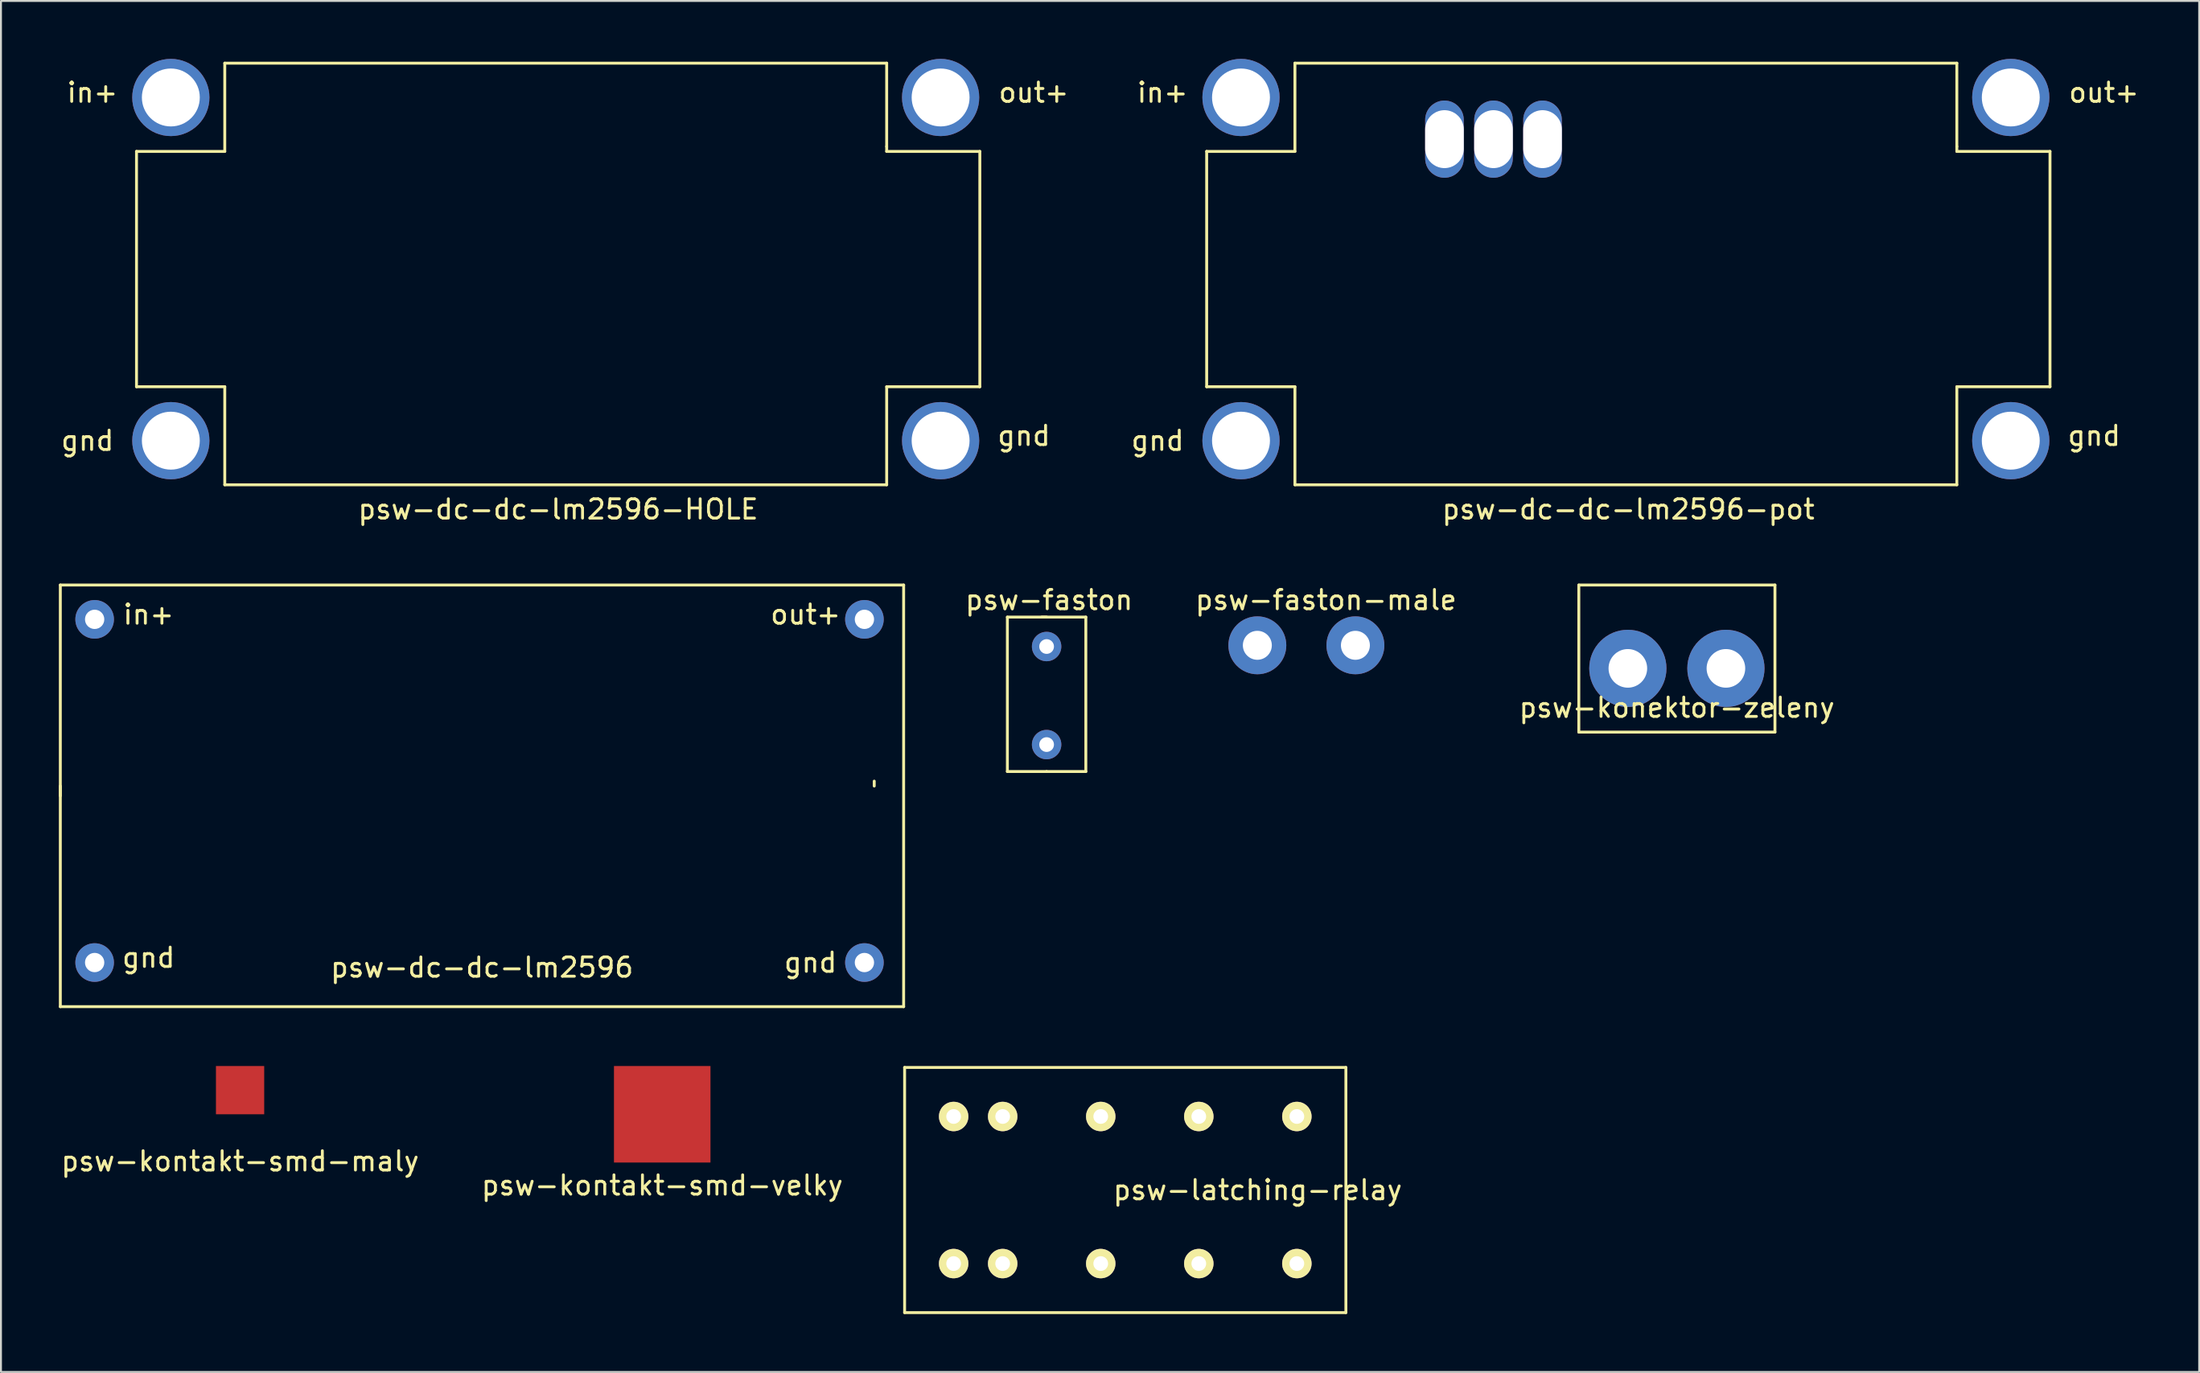
<source format=kicad_pcb>
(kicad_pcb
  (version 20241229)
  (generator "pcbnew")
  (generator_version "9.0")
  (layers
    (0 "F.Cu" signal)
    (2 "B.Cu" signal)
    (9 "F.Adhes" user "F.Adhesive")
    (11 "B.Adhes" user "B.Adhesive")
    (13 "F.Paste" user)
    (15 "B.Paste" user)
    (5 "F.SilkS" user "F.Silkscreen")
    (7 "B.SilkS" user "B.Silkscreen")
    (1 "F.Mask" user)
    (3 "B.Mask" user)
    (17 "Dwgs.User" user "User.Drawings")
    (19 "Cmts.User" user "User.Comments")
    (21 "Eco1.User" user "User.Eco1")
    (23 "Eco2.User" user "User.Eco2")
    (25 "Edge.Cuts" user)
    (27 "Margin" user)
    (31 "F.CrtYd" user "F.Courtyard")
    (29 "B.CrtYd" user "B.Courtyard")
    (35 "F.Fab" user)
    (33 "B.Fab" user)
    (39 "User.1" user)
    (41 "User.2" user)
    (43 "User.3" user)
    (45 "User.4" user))
  (footprint "psw-konektor-zeleny"
    (layer "F.Cu")
    (at 88.9 33.609)
    (property "Reference" "psw-konektor-zeleny" (at -5.08 0 0) (layer "F.SilkS") (effects (font (size 1 1) (thickness 0.15))))
    (attr through_hole)
    (fp_line (start -10.16 -6.35) (end 0 -6.35) (stroke (width 0.15) (type solid)) (layer "F.SilkS"))
    (fp_line (start -10.16 1.27) (end -10.16 -6.35) (stroke (width 0.15) (type solid)) (layer "F.SilkS"))
    (fp_line (start 0 -6.35) (end 0 1.27) (stroke (width 0.15) (type solid)) (layer "F.SilkS"))
    (fp_line (start 0 1.27) (end -10.16 1.27) (stroke (width 0.15) (type solid)) (layer "F.SilkS"))
    (pad "1" thru_hole circle (at -2.54 -2.032) (size 4 4) (drill 2) (layers "*.Cu" "*.Mask"))
    (pad "2" thru_hole circle (at -7.62 -2.032) (size 4 4) (drill 2) (layers "*.Cu" "*.Mask")))
  (footprint "psw-kontakt-smd-velky"
    (layer "F.Cu")
    (at 31.256 54.678)
    (property "Reference" "psw-kontakt-smd-velky" (at 0 3.683 0) (layer "F.SilkS") (effects (font (size 1 1) (thickness 0.15))))
    (attr through_hole)
    (pad "1" smd rect (at 0 0) (size 5 5) (layers "F.Cu" "F.Mask" "F.Paste")))
  (footprint "psw-dc-dc-lm2596-pot"
    (layer "F.Cu")
    (at 81.305 11.144)
    (property "Reference" "psw-dc-dc-lm2596-pot" (at 0 12.192 0) (layer "F.SilkS") (effects (font (size 1 1) (thickness 0.15))))
    (attr through_hole)
    (fp_line (start -21.844 -6.35) (end -17.272 -6.35) (stroke (width 0.15) (type solid)) (layer "F.SilkS"))
    (fp_line (start -21.844 5.842) (end -21.844 -6.35) (stroke (width 0.15) (type solid)) (layer "F.SilkS"))
    (fp_line (start -17.272 -10.922) (end 17.018 -10.922) (stroke (width 0.15) (type solid)) (layer "F.SilkS"))
    (fp_line (start -17.272 -6.35) (end -17.272 -10.922) (stroke (width 0.15) (type solid)) (layer "F.SilkS"))
    (fp_line (start -17.272 5.842) (end -21.844 5.842) (stroke (width 0.15) (type solid)) (layer "F.SilkS"))
    (fp_line (start -17.272 10.922) (end -17.272 5.842) (stroke (width 0.15) (type solid)) (layer "F.SilkS"))
    (fp_line (start 17.018 -10.922) (end 17.018 -6.604) (stroke (width 0.15) (type solid)) (layer "F.SilkS"))
    (fp_line (start 17.018 -6.604) (end 17.018 -6.35) (stroke (width 0.15) (type solid)) (layer "F.SilkS"))
    (fp_line (start 17.018 -6.35) (end 21.844 -6.35) (stroke (width 0.15) (type solid)) (layer "F.SilkS"))
    (fp_line (start 17.018 5.842) (end 17.018 10.922) (stroke (width 0.15) (type solid)) (layer "F.SilkS"))
    (fp_line (start 17.018 10.922) (end -17.272 10.922) (stroke (width 0.15) (type solid)) (layer "F.SilkS"))
    (fp_line (start 21.844 5.842) (end 17.018 5.842) (stroke (width 0.15) (type solid)) (layer "F.SilkS"))
    (fp_line (start 21.844 5.842) (end 21.844 -6.35) (stroke (width 0.15) (type solid)) (layer "F.SilkS"))
    (fp_text user "gnd" (at -24.384 8.636 0) (layer "F.SilkS") (effects (font (size 1 1) (thickness 0.15))))
    (fp_text user "gnd" (at 24.13 8.382 0) (layer "F.SilkS") (effects (font (size 1 1) (thickness 0.15))))
    (fp_text user "out+" (at 24.638 -9.398 0) (layer "F.SilkS") (effects (font (size 1 1) (thickness 0.15))))
    (fp_text user "in+" (at -24.13 -9.398 0) (layer "F.SilkS") (effects (font (size 1 1) (thickness 0.15))))
    (pad "1" thru_hole circle (at -20.066 -9.144) (size 4 4) (drill 3) (layers "*.Cu" "*.Mask"))
    (pad "2" thru_hole circle (at -20.066 8.636) (size 4 4) (drill 3) (layers "*.Cu" "*.Mask"))
    (pad "2" thru_hole circle (at 19.812 8.636) (size 4 4) (drill 3) (layers "*.Cu" "*.Mask"))
    (pad "3" thru_hole circle (at 19.812 -9.144) (size 4 4) (drill 3) (layers "*.Cu" "*.Mask"))
    (pad "4" thru_hole oval (at -9.525 -6.985) (size 2 4) (drill oval 2 3) (layers "*.Cu" "*.Mask"))
    (pad "5" thru_hole oval (at -6.985 -6.985) (size 2 4) (drill oval 2 3) (layers "*.Cu" "*.Mask"))
    (pad "6" thru_hole oval (at -4.445 -6.985) (size 2 4) (drill oval 2 3) (layers "*.Cu" "*.Mask")))
  (footprint "psw-faston-male"
    (layer "F.Cu")
    (at 62.086 30.382)
    (property "Reference" "psw-faston-male" (at 3.556 -2.349 0) (layer "F.SilkS") (effects (font (size 1 1) (thickness 0.15))))
    (attr through_hole)
    (pad "1" thru_hole circle (at 0 0) (size 3 3) (drill 1.5) (layers "*.Cu" "*.Mask"))
    (pad "2" thru_hole circle (at 5.08 0) (size 3 3) (drill 1.5) (layers "*.Cu" "*.Mask")))
  (footprint "psw-faston"
    (layer "F.Cu")
    (at 51.169 30.445)
    (property "Reference" "psw-faston" (at 0.127 -2.413 0) (layer "F.SilkS") (effects (font (size 1 1) (thickness 0.15))))
    (attr through_hole)
    (fp_line (start -2.032 -1.524) (end -2.032 6.477) (stroke (width 0.15) (type solid)) (layer "F.SilkS"))
    (fp_line (start -2.032 6.477) (end 0 6.477) (stroke (width 0.15) (type solid)) (layer "F.SilkS"))
    (fp_line (start 0 -1.524) (end -2.032 -1.524) (stroke (width 0.15) (type solid)) (layer "F.SilkS"))
    (fp_line (start 0 6.477) (end 2.032 6.477) (stroke (width 0.15) (type solid)) (layer "F.SilkS"))
    (fp_line (start 2.032 -1.524) (end -0.254 -1.524) (stroke (width 0.15) (type solid)) (layer "F.SilkS"))
    (fp_line (start 2.032 6.477) (end 2.032 -1.524) (stroke (width 0.15) (type solid)) (layer "F.SilkS"))
    (pad "1" thru_hole circle (at 0 0) (size 1.524 1.524) (drill 0.762) (layers "*.Cu" "*.Mask"))
    (pad "2" thru_hole circle (at 0 5.08) (size 1.524 1.524) (drill 0.762) (layers "*.Cu" "*.Mask")))
  (footprint "psw-dc-dc-lm2596-HOLE"
    (layer "F.Cu")
    (at 25.866 11.144)
    (property "Reference" "psw-dc-dc-lm2596-HOLE" (at 0 12.192 0) (layer "F.SilkS") (effects (font (size 1 1) (thickness 0.15))))
    (attr through_hole)
    (fp_line (start -21.844 -6.35) (end -17.272 -6.35) (stroke (width 0.15) (type solid)) (layer "F.SilkS"))
    (fp_line (start -21.844 5.842) (end -21.844 -6.35) (stroke (width 0.15) (type solid)) (layer "F.SilkS"))
    (fp_line (start -17.272 -10.922) (end 17.018 -10.922) (stroke (width 0.15) (type solid)) (layer "F.SilkS"))
    (fp_line (start -17.272 -6.35) (end -17.272 -10.922) (stroke (width 0.15) (type solid)) (layer "F.SilkS"))
    (fp_line (start -17.272 5.842) (end -21.844 5.842) (stroke (width 0.15) (type solid)) (layer "F.SilkS"))
    (fp_line (start -17.272 10.922) (end -17.272 5.842) (stroke (width 0.15) (type solid)) (layer "F.SilkS"))
    (fp_line (start 17.018 -10.922) (end 17.018 -6.604) (stroke (width 0.15) (type solid)) (layer "F.SilkS"))
    (fp_line (start 17.018 -6.604) (end 17.018 -6.35) (stroke (width 0.15) (type solid)) (layer "F.SilkS"))
    (fp_line (start 17.018 -6.35) (end 21.844 -6.35) (stroke (width 0.15) (type solid)) (layer "F.SilkS"))
    (fp_line (start 17.018 5.842) (end 17.018 10.922) (stroke (width 0.15) (type solid)) (layer "F.SilkS"))
    (fp_line (start 17.018 10.922) (end -17.272 10.922) (stroke (width 0.15) (type solid)) (layer "F.SilkS"))
    (fp_line (start 21.844 5.842) (end 17.018 5.842) (stroke (width 0.15) (type solid)) (layer "F.SilkS"))
    (fp_line (start 21.844 5.842) (end 21.844 -6.35) (stroke (width 0.15) (type solid)) (layer "F.SilkS"))
    (fp_text user "gnd" (at 24.13 8.382 0) (layer "F.SilkS") (effects (font (size 1 1) (thickness 0.15))))
    (fp_text user "gnd" (at -24.384 8.636 0) (layer "F.SilkS") (effects (font (size 1 1) (thickness 0.15))))
    (fp_text user "out+" (at 24.638 -9.398 0) (layer "F.SilkS") (effects (font (size 1 1) (thickness 0.15))))
    (fp_text user "in+" (at -24.13 -9.398 0) (layer "F.SilkS") (effects (font (size 1 1) (thickness 0.15))))
    (pad "1" thru_hole circle (at -20.066 -9.144) (size 4 4) (drill 3) (layers "*.Cu" "*.Mask"))
    (pad "2" thru_hole circle (at -20.066 8.636) (size 4 4) (drill 3) (layers "*.Cu" "*.Mask"))
    (pad "3" thru_hole circle (at 19.812 -9.144) (size 4 4) (drill 3) (layers "*.Cu" "*.Mask"))
    (pad "4" thru_hole circle (at 19.812 8.636) (size 4 4) (drill 3) (layers "*.Cu" "*.Mask")))
  (footprint "psw-kontakt-smd-maly"
    (layer "F.Cu")
    (at 9.387 53.428)
    (property "Reference" "psw-kontakt-smd-maly" (at 0 3.683 0) (layer "F.SilkS") (effects (font (size 1 1) (thickness 0.15))))
    (attr through_hole)
    (pad "1" smd rect (at 0 0) (size 2.5 2.5) (layers "F.Cu" "F.Mask" "F.Paste")))
  (footprint "psw-dc-dc-lm2596"
    (layer "F.Cu")
    (at 21.919 38.181)
    (property "Reference" "psw-dc-dc-lm2596" (at 0 8.89 0) (layer "F.SilkS") (effects (font (size 1 1) (thickness 0.15))))
    (attr through_hole)
    (fp_line (start -21.844 -10.922) (end 21.844 -10.922) (stroke (width 0.15) (type solid)) (layer "F.SilkS"))
    (fp_line (start -21.844 0) (end -21.844 -10.922) (stroke (width 0.15) (type solid)) (layer "F.SilkS"))
    (fp_line (start -21.844 10.922) (end -21.844 -0.508) (stroke (width 0.15) (type solid)) (layer "F.SilkS"))
    (fp_line (start 20.32 -0.508) (end 20.32 -0.762) (stroke (width 0.15) (type solid)) (layer "F.SilkS"))
    (fp_line (start 21.844 -10.922) (end 21.844 10.922) (stroke (width 0.15) (type solid)) (layer "F.SilkS"))
    (fp_line (start 21.844 10.922) (end -21.844 10.922) (stroke (width 0.15) (type solid)) (layer "F.SilkS"))
    (fp_text user "in+" (at -17.272 -9.398 0) (layer "F.SilkS") (effects (font (size 1 1) (thickness 0.15))))
    (fp_text user "gnd" (at 17.018 8.636 0) (layer "F.SilkS") (effects (font (size 1 1) (thickness 0.15))))
    (fp_text user "gnd" (at -17.272 8.382 0) (layer "F.SilkS") (effects (font (size 1 1) (thickness 0.15))))
    (fp_text user "out+" (at 16.764 -9.398 0) (layer "F.SilkS") (effects (font (size 1 1) (thickness 0.15))))
    (pad "1" thru_hole circle (at -20.066 -9.144) (size 2 2) (drill 1) (layers "*.Cu" "*.Mask"))
    (pad "2" thru_hole circle (at -20.066 8.636) (size 2 2) (drill 1) (layers "*.Cu" "*.Mask"))
    (pad "3" thru_hole circle (at 19.812 -9.144) (size 2 2) (drill 1) (layers "*.Cu" "*.Mask"))
    (pad "4" thru_hole circle (at 19.812 8.636) (size 2 2) (drill 1) (layers "*.Cu" "*.Mask")))
  (footprint "psw-latching-relay"
    (layer "F.Cu")
    (at 51.433 62.413)
    (property "Reference" "psw-latching-relay" (at 10.668 -3.81 0) (layer "F.SilkS") (effects (font (size 1 1) (thickness 0.15))))
    (attr through_hole)
    (fp_line (start -7.62 -10.16) (end -7.62 2.54) (stroke (width 0.15) (type solid)) (layer "F.SilkS"))
    (fp_line (start -7.62 -10.16) (end 15.24 -10.16) (stroke (width 0.15) (type solid)) (layer "F.SilkS"))
    (fp_line (start 15.24 -10.16) (end 15.24 2.54) (stroke (width 0.15) (type solid)) (layer "F.SilkS"))
    (fp_line (start 15.24 2.54) (end -7.62 2.54) (stroke (width 0.15) (type solid)) (layer "F.SilkS"))
    (pad "1" thru_hole circle (at -5.08 0) (size 1.524 1.524) (drill 0.762) (layers "*.Cu" "*.Mask" "F.SilkS"))
    (pad "2" thru_hole circle (at -5.08 -7.62) (size 1.524 1.524) (drill 0.762) (layers "*.Cu" "*.Mask" "F.SilkS"))
    (pad "3" thru_hole circle (at -2.54 0) (size 1.524 1.524) (drill 0.762) (layers "*.Cu" "*.Mask" "F.SilkS"))
    (pad "4" thru_hole circle (at -2.54 -7.62) (size 1.524 1.524) (drill 0.762) (layers "*.Cu" "*.Mask" "F.SilkS"))
    (pad "5" thru_hole circle (at 2.54 0) (size 1.524 1.524) (drill 0.762) (layers "*.Cu" "*.Mask" "F.SilkS"))
    (pad "6" thru_hole circle (at 2.54 -7.62) (size 1.524 1.524) (drill 0.762) (layers "*.Cu" "*.Mask" "F.SilkS"))
    (pad "7" thru_hole circle (at 7.62 0) (size 1.524 1.524) (drill 0.762) (layers "*.Cu" "*.Mask" "F.SilkS"))
    (pad "8" thru_hole circle (at 7.62 -7.62) (size 1.524 1.524) (drill 0.762) (layers "*.Cu" "*.Mask" "F.SilkS"))
    (pad "9" thru_hole circle (at 12.7 0) (size 1.524 1.524) (drill 0.762) (layers "*.Cu" "*.Mask" "F.SilkS"))
    (pad "10" thru_hole circle (at 12.7 -7.62) (size 1.524 1.524) (drill 0.762) (layers "*.Cu" "*.Mask" "F.SilkS")))
  (gr_rect
    (start -3 -3)
    (end 110.877 68.028)
    (stroke (width 0.1) (type default))
    (fill no)
    (layer "Edge.Cuts")))
</source>
